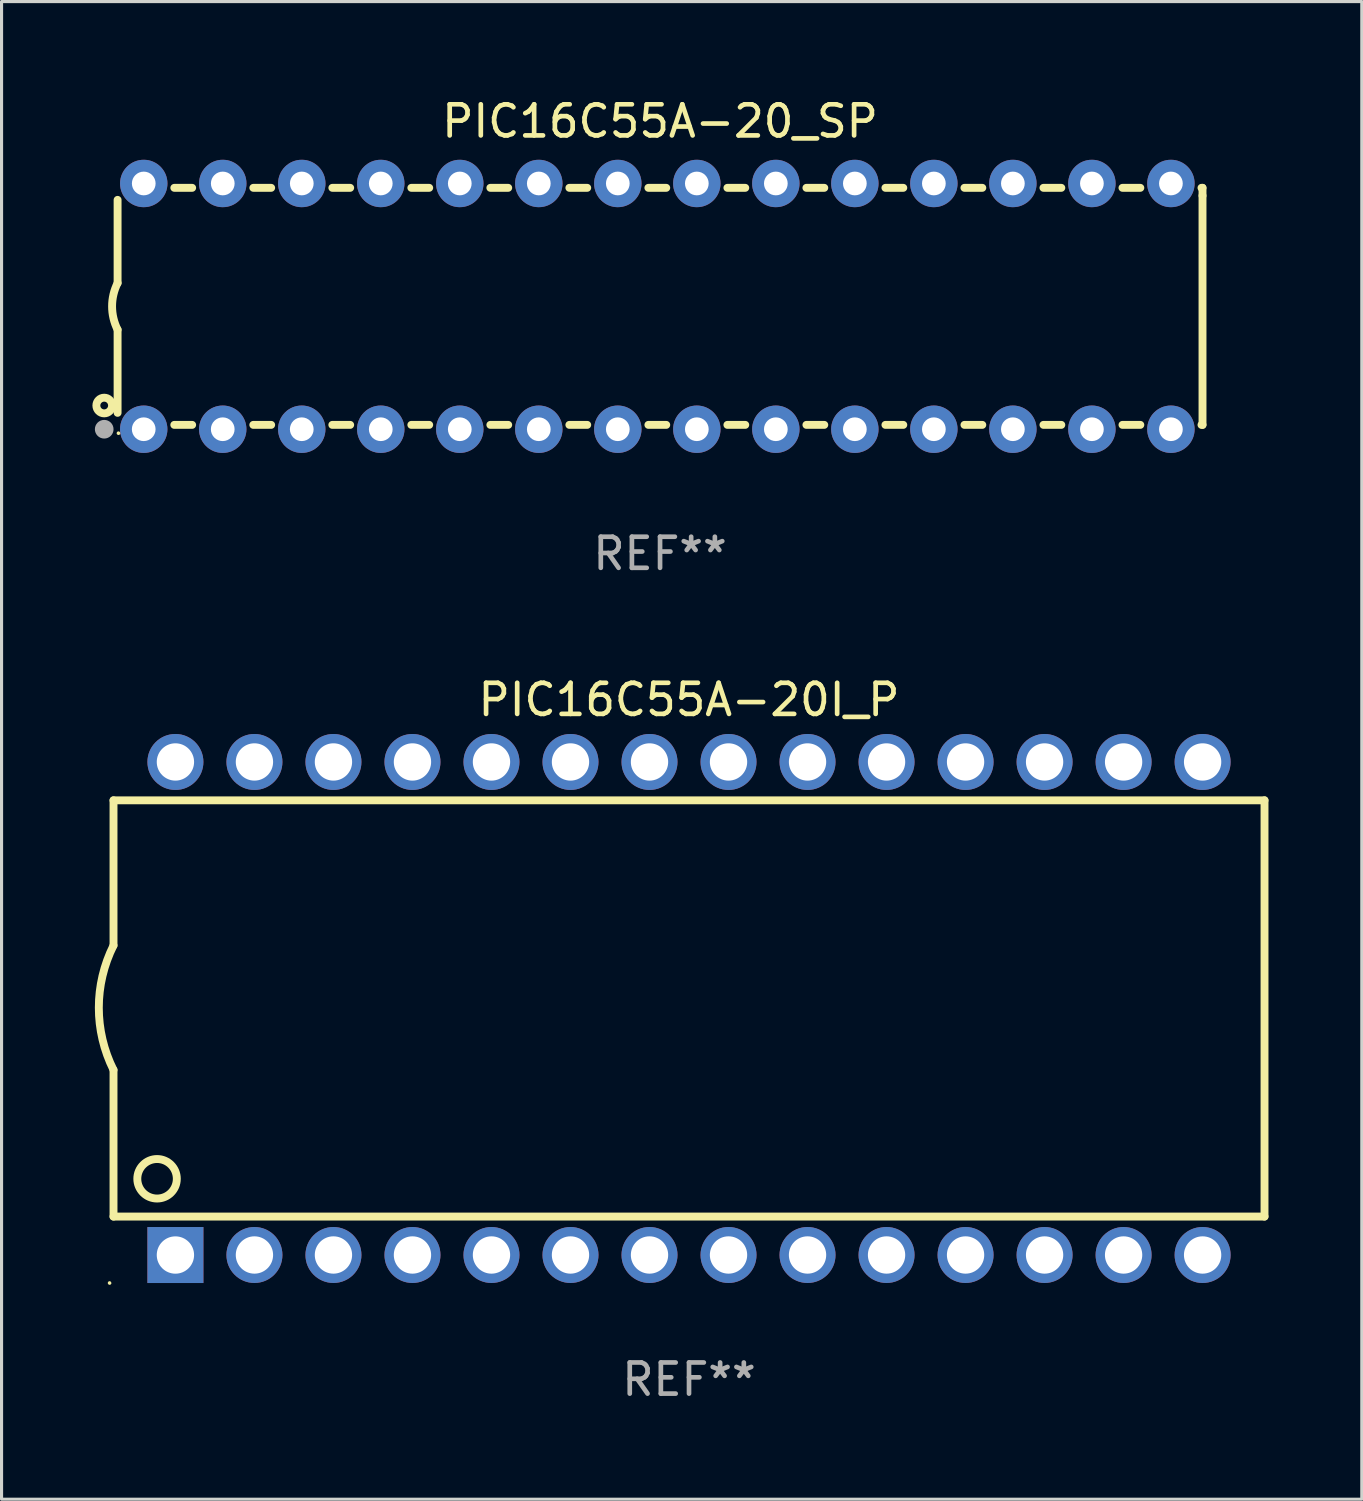
<source format=kicad_pcb>
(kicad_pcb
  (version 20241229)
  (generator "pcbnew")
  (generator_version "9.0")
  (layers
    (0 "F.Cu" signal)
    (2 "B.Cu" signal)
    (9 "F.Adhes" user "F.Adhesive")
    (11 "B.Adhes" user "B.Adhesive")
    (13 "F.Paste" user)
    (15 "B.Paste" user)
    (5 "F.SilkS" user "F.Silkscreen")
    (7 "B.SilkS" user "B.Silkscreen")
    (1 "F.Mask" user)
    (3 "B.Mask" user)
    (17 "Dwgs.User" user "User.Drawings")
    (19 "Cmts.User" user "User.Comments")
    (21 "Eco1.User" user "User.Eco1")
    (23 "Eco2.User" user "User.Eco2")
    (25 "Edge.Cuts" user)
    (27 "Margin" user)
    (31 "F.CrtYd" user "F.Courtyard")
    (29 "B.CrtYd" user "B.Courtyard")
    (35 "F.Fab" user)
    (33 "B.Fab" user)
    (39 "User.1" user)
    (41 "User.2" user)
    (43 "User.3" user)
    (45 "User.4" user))
  (footprint "PIC16C55A-20_SP"
    (layer "F.Cu")
    (at 18.168 6.798)
    (property "Reference" "PIC16C55A-20_SP" (at 0 -5.95 0) (layer "F.SilkS") (effects (font (size 1 1) (thickness 0.15))))
    (attr through_hole)
    (fp_line (start -17.438 0.75) (end -17.438 3.423) (stroke (width 0.254) (type solid)) (layer "F.SilkS"))
    (fp_line (start -17.438 -3.423) (end -17.438 -0.75) (stroke (width 0.254) (type solid)) (layer "F.SilkS"))
    (fp_line (start -15.615 3.81) (end -15.041 3.81) (stroke (width 0.254) (type solid)) (layer "F.SilkS"))
    (fp_line (start -15.041 -3.81) (end -15.614 -3.81) (stroke (width 0.254) (type solid)) (layer "F.SilkS"))
    (fp_line (start -13.075 3.81) (end -12.501 3.81) (stroke (width 0.254) (type solid)) (layer "F.SilkS"))
    (fp_line (start -12.501 -3.81) (end -13.074 -3.81) (stroke (width 0.254) (type solid)) (layer "F.SilkS"))
    (fp_line (start -10.535 3.81) (end -9.961 3.81) (stroke (width 0.254) (type solid)) (layer "F.SilkS"))
    (fp_line (start -9.961 -3.81) (end -10.534 -3.81) (stroke (width 0.254) (type solid)) (layer "F.SilkS"))
    (fp_line (start -7.995 3.81) (end -7.421 3.81) (stroke (width 0.254) (type solid)) (layer "F.SilkS"))
    (fp_line (start -7.421 -3.81) (end -7.995 -3.81) (stroke (width 0.254) (type solid)) (layer "F.SilkS"))
    (fp_line (start -5.455 3.81) (end -4.881 3.81) (stroke (width 0.254) (type solid)) (layer "F.SilkS"))
    (fp_line (start -4.881 -3.81) (end -5.455 -3.81) (stroke (width 0.254) (type solid)) (layer "F.SilkS"))
    (fp_line (start -2.915 3.81) (end -2.341 3.81) (stroke (width 0.254) (type solid)) (layer "F.SilkS"))
    (fp_line (start -2.341 -3.81) (end -2.915 -3.81) (stroke (width 0.254) (type solid)) (layer "F.SilkS"))
    (fp_line (start -0.375 3.81) (end 0.199 3.81) (stroke (width 0.254) (type solid)) (layer "F.SilkS"))
    (fp_line (start 0.199 -3.81) (end -0.375 -3.81) (stroke (width 0.254) (type solid)) (layer "F.SilkS"))
    (fp_line (start 2.165 3.81) (end 2.739 3.81) (stroke (width 0.254) (type solid)) (layer "F.SilkS"))
    (fp_line (start 2.739 -3.81) (end 2.165 -3.81) (stroke (width 0.254) (type solid)) (layer "F.SilkS"))
    (fp_line (start 4.705 3.81) (end 5.279 3.81) (stroke (width 0.254) (type solid)) (layer "F.SilkS"))
    (fp_line (start 5.279 -3.81) (end 4.705 -3.81) (stroke (width 0.254) (type solid)) (layer "F.SilkS"))
    (fp_line (start 7.245 3.81) (end 7.819 3.81) (stroke (width 0.254) (type solid)) (layer "F.SilkS"))
    (fp_line (start 7.819 -3.81) (end 7.245 -3.81) (stroke (width 0.254) (type solid)) (layer "F.SilkS"))
    (fp_line (start 9.785 3.81) (end 10.359 3.81) (stroke (width 0.254) (type solid)) (layer "F.SilkS"))
    (fp_line (start 10.359 -3.81) (end 9.785 -3.81) (stroke (width 0.254) (type solid)) (layer "F.SilkS"))
    (fp_line (start 12.325 3.81) (end 12.899 3.81) (stroke (width 0.254) (type solid)) (layer "F.SilkS"))
    (fp_line (start 12.899 -3.81) (end 12.325 -3.81) (stroke (width 0.254) (type solid)) (layer "F.SilkS"))
    (fp_line (start 14.865 3.81) (end 15.439 3.81) (stroke (width 0.254) (type solid)) (layer "F.SilkS"))
    (fp_line (start 15.439 -3.81) (end 14.865 -3.81) (stroke (width 0.254) (type solid)) (layer "F.SilkS"))
    (fp_line (start 17.405 3.81) (end 17.438 3.81) (stroke (width 0.254) (type solid)) (layer "F.SilkS"))
    (fp_line (start 17.438 -3.81) (end 17.405 -3.81) (stroke (width 0.254) (type solid)) (layer "F.SilkS"))
    (fp_line (start 17.438 -3.556) (end 17.438 -3.81) (stroke (width 0.254) (type solid)) (layer "F.SilkS"))
    (fp_line (start 17.438 3.81) (end 17.438 -3.556) (stroke (width 0.254) (type solid)) (layer "F.SilkS"))
    (fp_arc (start -17.437986 0.749657) (mid -17.614887 -0.000024) (end -17.437783 -0.749657) (stroke (width 0.254001) (type solid)) (layer "F.SilkS"))
    (fp_circle (center -17.868 3.188) (end -17.743 3.188) (stroke (width 0.254) (type solid)) (fill no) (layer "F.SilkS"))
    (fp_circle (center -17.411 4.077) (end -17.381 4.077) (stroke (width 0.06) (type solid)) (fill no) (layer "F.SilkS"))
    (fp_circle (center -17.868 3.95) (end -17.718 3.95) (stroke (width 0.3) (type solid)) (fill no) (layer "F.Fab"))
    (fp_text user "REF**" (at 0 7.95 0) (layer "F.Fab") (effects (font (size 1 1) (thickness 0.15))))
    (pad "1" thru_hole circle (at -16.598 3.95) (size 1.524 1.524) (drill 0.762) (layers "*.Cu" "*.Mask"))
    (pad "2" thru_hole circle (at -14.058 3.95) (size 1.524 1.524) (drill 0.762) (layers "*.Cu" "*.Mask"))
    (pad "3" thru_hole circle (at -11.518 3.95) (size 1.524 1.524) (drill 0.762) (layers "*.Cu" "*.Mask"))
    (pad "4" thru_hole circle (at -8.978 3.95) (size 1.524 1.524) (drill 0.762) (layers "*.Cu" "*.Mask"))
    (pad "5" thru_hole circle (at -6.438 3.95) (size 1.524 1.524) (drill 0.762) (layers "*.Cu" "*.Mask"))
    (pad "6" thru_hole circle (at -3.898 3.95) (size 1.524 1.524) (drill 0.762) (layers "*.Cu" "*.Mask"))
    (pad "7" thru_hole circle (at -1.358 3.95) (size 1.524 1.524) (drill 0.762) (layers "*.Cu" "*.Mask"))
    (pad "8" thru_hole circle (at 1.182 3.95) (size 1.524 1.524) (drill 0.762) (layers "*.Cu" "*.Mask"))
    (pad "9" thru_hole circle (at 3.722 3.95) (size 1.524 1.524) (drill 0.762) (layers "*.Cu" "*.Mask"))
    (pad "10" thru_hole circle (at 6.262 3.95) (size 1.524 1.524) (drill 0.762) (layers "*.Cu" "*.Mask"))
    (pad "11" thru_hole circle (at 8.802 3.95) (size 1.524 1.524) (drill 0.762) (layers "*.Cu" "*.Mask"))
    (pad "12" thru_hole circle (at 11.342 3.95) (size 1.524 1.524) (drill 0.762) (layers "*.Cu" "*.Mask"))
    (pad "13" thru_hole circle (at 13.882 3.95) (size 1.524 1.524) (drill 0.762) (layers "*.Cu" "*.Mask"))
    (pad "14" thru_hole circle (at 16.422 3.95) (size 1.524 1.524) (drill 0.762) (layers "*.Cu" "*.Mask"))
    (pad "15" thru_hole circle (at 16.422 -3.95) (size 1.524 1.524) (drill 0.762) (layers "*.Cu" "*.Mask"))
    (pad "16" thru_hole circle (at 13.882 -3.95) (size 1.524 1.524) (drill 0.762) (layers "*.Cu" "*.Mask"))
    (pad "17" thru_hole circle (at 11.342 -3.95) (size 1.524 1.524) (drill 0.762) (layers "*.Cu" "*.Mask"))
    (pad "18" thru_hole circle (at 8.802 -3.95) (size 1.524 1.524) (drill 0.762) (layers "*.Cu" "*.Mask"))
    (pad "19" thru_hole circle (at 6.262 -3.95) (size 1.524 1.524) (drill 0.762) (layers "*.Cu" "*.Mask"))
    (pad "20" thru_hole circle (at 3.722 -3.95) (size 1.524 1.524) (drill 0.762) (layers "*.Cu" "*.Mask"))
    (pad "21" thru_hole circle (at 1.182 -3.95) (size 1.524 1.524) (drill 0.762) (layers "*.Cu" "*.Mask"))
    (pad "22" thru_hole circle (at -1.358 -3.95) (size 1.524 1.524) (drill 0.762) (layers "*.Cu" "*.Mask"))
    (pad "23" thru_hole circle (at -3.898 -3.95) (size 1.524 1.524) (drill 0.762) (layers "*.Cu" "*.Mask"))
    (pad "24" thru_hole circle (at -6.438 -3.95) (size 1.524 1.524) (drill 0.762) (layers "*.Cu" "*.Mask"))
    (pad "25" thru_hole circle (at -8.978 -3.95) (size 1.524 1.524) (drill 0.762) (layers "*.Cu" "*.Mask"))
    (pad "26" thru_hole circle (at -11.517 -3.95) (size 1.524 1.524) (drill 0.762) (layers "*.Cu" "*.Mask"))
    (pad "27" thru_hole circle (at -14.057 -3.95) (size 1.524 1.524) (drill 0.762) (layers "*.Cu" "*.Mask"))
    (pad "28" thru_hole circle (at -16.597 -3.95) (size 1.524 1.524) (drill 0.762) (layers "*.Cu" "*.Mask")))
  (footprint "PIC16C55A-20I_P"
    (layer "F.Cu")
    (at 19.099 29.369)
    (property "Reference" "PIC16C55A-20I_P" (at 0 -9.925 0) (layer "F.SilkS") (effects (font (size 1 1) (thickness 0.15))))
    (attr through_hole)
    (fp_line (start -18.5 -6.692) (end -18.5 -2.026) (stroke (width 0.254) (type solid)) (layer "F.SilkS"))
    (fp_line (start -18.5 6.689) (end -18.5 1.974) (stroke (width 0.254) (type solid)) (layer "F.SilkS"))
    (fp_line (start -18.5 6.689) (end 18.5 6.689) (stroke (width 0.254) (type solid)) (layer "F.SilkS"))
    (fp_line (start 18.5 -6.692) (end -18.5 -6.692) (stroke (width 0.254) (type solid)) (layer "F.SilkS"))
    (fp_line (start 18.5 6.689) (end 18.5 -6.692) (stroke (width 0.254) (type solid)) (layer "F.SilkS"))
    (fp_arc (start -18.500051 1.974346) (mid -18.972187 -0.025654) (end -18.500051 -2.025654) (stroke (width 0.254001) (type solid)) (layer "F.SilkS"))
    (fp_circle (center -18.627 8.824) (end -18.597 8.824) (stroke (width 0.06) (type solid)) (fill no) (layer "F.SilkS"))
    (fp_circle (center -17.1 5.474) (end -16.465 5.474) (stroke (width 0.254) (type solid)) (fill no) (layer "F.SilkS"))
    (fp_text user "REF**" (at 0 11.925 0) (layer "F.Fab") (effects (font (size 1 1) (thickness 0.15))))
    (pad "1" thru_hole rect (at -16.51 7.925) (size 1.8 1.8) (drill 1.2) (layers "*.Cu" "*.Mask"))
    (pad "2" thru_hole circle (at -13.97 7.924) (size 1.8 1.8) (drill 1.2) (layers "*.Cu" "*.Mask"))
    (pad "3" thru_hole circle (at -11.43 7.924) (size 1.8 1.8) (drill 1.2) (layers "*.Cu" "*.Mask"))
    (pad "4" thru_hole circle (at -8.89 7.924) (size 1.8 1.8) (drill 1.2) (layers "*.Cu" "*.Mask"))
    (pad "5" thru_hole circle (at -6.35 7.924) (size 1.8 1.8) (drill 1.2) (layers "*.Cu" "*.Mask"))
    (pad "6" thru_hole circle (at -3.81 7.924) (size 1.8 1.8) (drill 1.2) (layers "*.Cu" "*.Mask"))
    (pad "7" thru_hole circle (at -1.27 7.924) (size 1.8 1.8) (drill 1.2) (layers "*.Cu" "*.Mask"))
    (pad "8" thru_hole circle (at 1.27 7.924) (size 1.8 1.8) (drill 1.2) (layers "*.Cu" "*.Mask"))
    (pad "9" thru_hole circle (at 3.81 7.924) (size 1.8 1.8) (drill 1.2) (layers "*.Cu" "*.Mask"))
    (pad "10" thru_hole circle (at 6.35 7.924) (size 1.8 1.8) (drill 1.2) (layers "*.Cu" "*.Mask"))
    (pad "11" thru_hole circle (at 8.89 7.924) (size 1.8 1.8) (drill 1.2) (layers "*.Cu" "*.Mask"))
    (pad "12" thru_hole circle (at 11.43 7.924) (size 1.8 1.8) (drill 1.2) (layers "*.Cu" "*.Mask"))
    (pad "13" thru_hole circle (at 13.97 7.924) (size 1.8 1.8) (drill 1.2) (layers "*.Cu" "*.Mask"))
    (pad "14" thru_hole circle (at 16.51 7.924) (size 1.8 1.8) (drill 1.2) (layers "*.Cu" "*.Mask"))
    (pad "15" thru_hole circle (at 16.51 -7.925) (size 1.8 1.8) (drill 1.2) (layers "*.Cu" "*.Mask"))
    (pad "16" thru_hole circle (at 13.97 -7.925) (size 1.8 1.8) (drill 1.2) (layers "*.Cu" "*.Mask"))
    (pad "17" thru_hole circle (at 11.43 -7.925) (size 1.8 1.8) (drill 1.2) (layers "*.Cu" "*.Mask"))
    (pad "18" thru_hole circle (at 8.89 -7.925) (size 1.8 1.8) (drill 1.2) (layers "*.Cu" "*.Mask"))
    (pad "19" thru_hole circle (at 6.35 -7.925) (size 1.8 1.8) (drill 1.2) (layers "*.Cu" "*.Mask"))
    (pad "20" thru_hole circle (at 3.81 -7.925) (size 1.8 1.8) (drill 1.2) (layers "*.Cu" "*.Mask"))
    (pad "21" thru_hole circle (at 1.27 -7.925) (size 1.8 1.8) (drill 1.2) (layers "*.Cu" "*.Mask"))
    (pad "22" thru_hole circle (at -1.27 -7.925) (size 1.8 1.8) (drill 1.2) (layers "*.Cu" "*.Mask"))
    (pad "23" thru_hole circle (at -3.81 -7.925) (size 1.8 1.8) (drill 1.2) (layers "*.Cu" "*.Mask"))
    (pad "24" thru_hole circle (at -6.35 -7.925) (size 1.8 1.8) (drill 1.2) (layers "*.Cu" "*.Mask"))
    (pad "25" thru_hole circle (at -8.89 -7.925) (size 1.8 1.8) (drill 1.2) (layers "*.Cu" "*.Mask"))
    (pad "26" thru_hole circle (at -11.43 -7.925) (size 1.8 1.8) (drill 1.2) (layers "*.Cu" "*.Mask"))
    (pad "27" thru_hole circle (at -13.97 -7.925) (size 1.8 1.8) (drill 1.2) (layers "*.Cu" "*.Mask"))
    (pad "28" thru_hole circle (at -16.51 -7.925) (size 1.8 1.8) (drill 1.2) (layers "*.Cu" "*.Mask")))
  (gr_rect
    (start -3 -3)
    (end 40.726 45.143)
    (stroke (width 0.1) (type default))
    (fill no)
    (layer "Edge.Cuts")))
</source>
